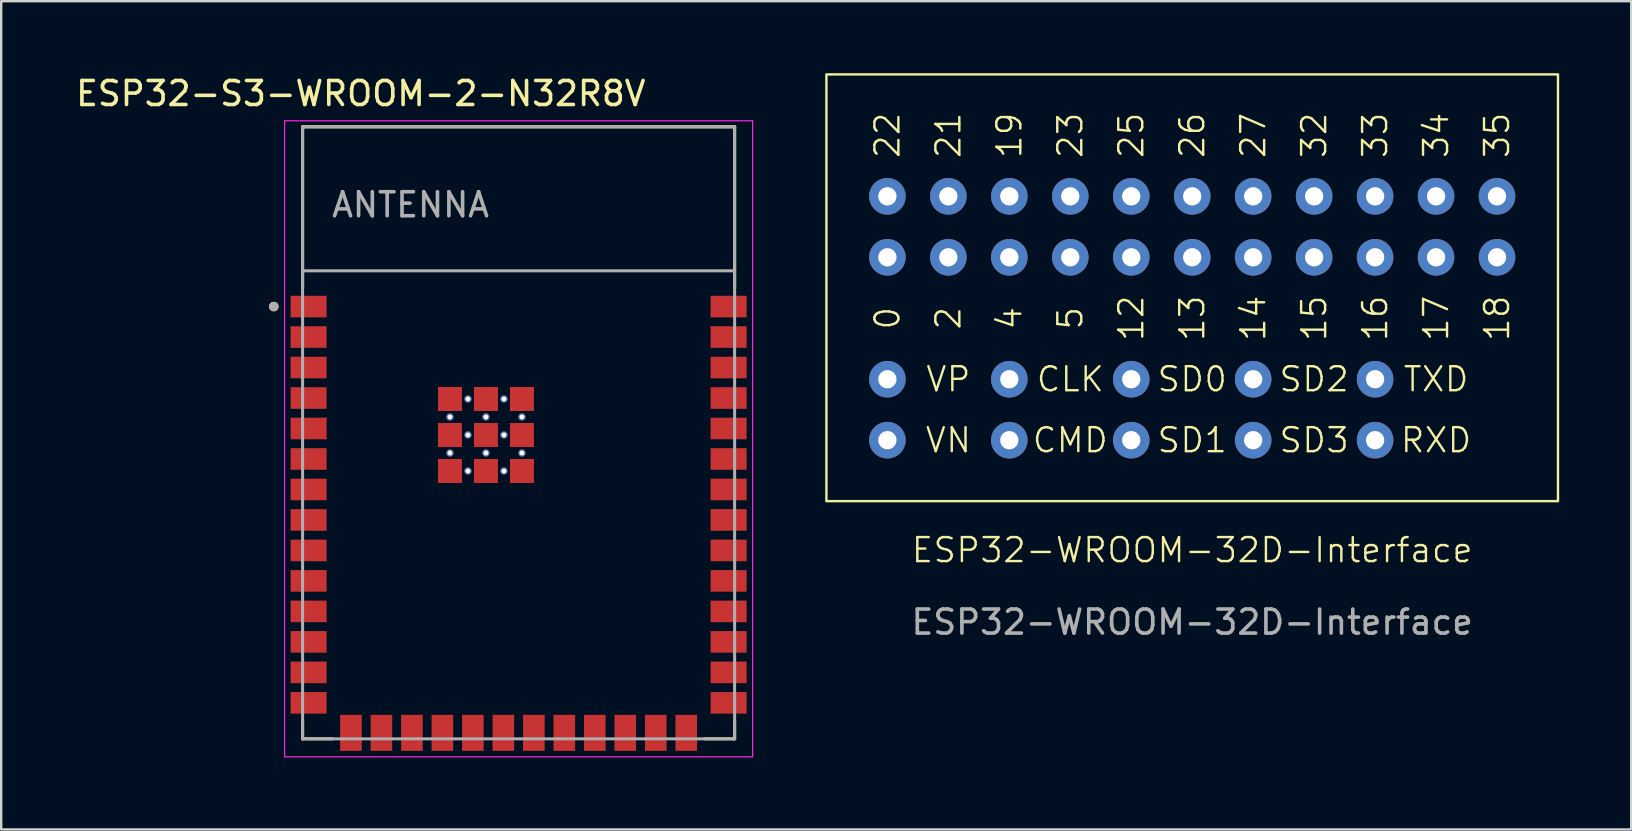
<source format=kicad_pcb>
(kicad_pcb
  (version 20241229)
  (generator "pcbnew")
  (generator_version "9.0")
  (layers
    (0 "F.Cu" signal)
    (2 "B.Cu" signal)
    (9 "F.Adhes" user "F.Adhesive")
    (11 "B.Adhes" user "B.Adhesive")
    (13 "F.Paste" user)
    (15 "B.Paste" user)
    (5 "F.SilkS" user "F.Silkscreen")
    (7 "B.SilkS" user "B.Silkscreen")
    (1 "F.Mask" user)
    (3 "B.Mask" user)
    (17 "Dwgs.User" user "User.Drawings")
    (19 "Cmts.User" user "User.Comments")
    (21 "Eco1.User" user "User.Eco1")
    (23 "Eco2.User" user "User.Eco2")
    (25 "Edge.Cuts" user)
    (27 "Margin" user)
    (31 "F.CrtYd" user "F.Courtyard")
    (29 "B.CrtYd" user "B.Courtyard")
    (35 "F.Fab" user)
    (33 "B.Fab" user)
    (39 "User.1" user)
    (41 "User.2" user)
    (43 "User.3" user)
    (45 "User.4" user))
  (footprint "ESP32-WROOM-32D-Interface"
    (layer "F.Cu")
    (at 46.622 20.37)
    (property "Reference" "ESP32-WROOM-32D-Interface" (at 0 -0.5 0) (unlocked yes) (layer "F.SilkS") (effects (font (size 1 1) (thickness 0.1))))
    (attr through_hole)
    (fp_rect (start -15.24 -20.32) (end 15.24 -2.54) (stroke (width 0.1) (type default)) (fill no) (layer "F.SilkS"))
    (fp_text user "SD0" (at 0 -7.62 0) (unlocked yes) (layer "F.SilkS") (effects (font (size 1 1) (thickness 0.1))))
    (fp_text user "23" (at -5.08 -17.78 90) (unlocked yes) (layer "F.SilkS") (effects (font (size 1 1) (thickness 0.1))))
    (fp_text user "17" (at 10.16 -10.16 90) (unlocked yes) (layer "F.SilkS") (effects (font (size 1 1) (thickness 0.1))))
    (fp_text user "16" (at 7.62 -10.16 90) (unlocked yes) (layer "F.SilkS") (effects (font (size 1 1) (thickness 0.1))))
    (fp_text user "SD1" (at 0 -5.08 0) (unlocked yes) (layer "F.SilkS") (effects (font (size 1 1) (thickness 0.1))))
    (fp_text user "14" (at 2.54 -10.16 90) (unlocked yes) (layer "F.SilkS") (effects (font (size 1 1) (thickness 0.1))))
    (fp_text user "12" (at -2.54 -10.16 90) (unlocked yes) (layer "F.SilkS") (effects (font (size 1 1) (thickness 0.1))))
    (fp_text user "SD2" (at 5.08 -7.62 0) (unlocked yes) (layer "F.SilkS") (effects (font (size 1 1) (thickness 0.1))))
    (fp_text user "VP" (at -10.16 -7.62 0) (unlocked yes) (layer "F.SilkS") (effects (font (size 1 1) (thickness 0.1))))
    (fp_text user "CLK" (at -5.08 -7.62 0) (unlocked yes) (layer "F.SilkS") (effects (font (size 1 1) (thickness 0.1))))
    (fp_text user "5" (at -5.08 -10.16 90) (unlocked yes) (layer "F.SilkS") (effects (font (size 1 1) (thickness 0.1))))
    (fp_text user "2" (at -10.16 -10.16 90) (unlocked yes) (layer "F.SilkS") (effects (font (size 1 1) (thickness 0.1))))
    (fp_text user "4" (at -7.62 -10.16 90) (unlocked yes) (layer "F.SilkS") (effects (font (size 1 1) (thickness 0.1))))
    (fp_text user "35" (at 12.7 -17.78 90) (unlocked yes) (layer "F.SilkS") (effects (font (size 1 1) (thickness 0.1))))
    (fp_text user "0" (at -12.7 -10.16 90) (unlocked yes) (layer "F.SilkS") (effects (font (size 1 1) (thickness 0.1))))
    (fp_text user "27" (at 2.54 -17.78 90) (unlocked yes) (layer "F.SilkS") (effects (font (size 1 1) (thickness 0.1))))
    (fp_text user "19" (at -7.62 -17.78 90) (unlocked yes) (layer "F.SilkS") (effects (font (size 1 1) (thickness 0.1))))
    (fp_text user "32" (at 5.08 -17.78 90) (unlocked yes) (layer "F.SilkS") (effects (font (size 1 1) (thickness 0.1))))
    (fp_text user "13" (at 0 -10.16 90) (unlocked yes) (layer "F.SilkS") (effects (font (size 1 1) (thickness 0.1))))
    (fp_text user "22" (at -12.7 -17.78 90) (unlocked yes) (layer "F.SilkS") (effects (font (size 1 1) (thickness 0.1))))
    (fp_text user "21" (at -10.16 -17.78 90) (unlocked yes) (layer "F.SilkS") (effects (font (size 1 1) (thickness 0.1))))
    (fp_text user "25" (at -2.54 -17.78 90) (unlocked yes) (layer "F.SilkS") (effects (font (size 1 1) (thickness 0.1))))
    (fp_text user "SD3" (at 5.08 -5.08 0) (unlocked yes) (layer "F.SilkS") (effects (font (size 1 1) (thickness 0.1))))
    (fp_text user "34" (at 10.16 -17.78 90) (unlocked yes) (layer "F.SilkS") (effects (font (size 1 1) (thickness 0.1))))
    (fp_text user "18" (at 12.7 -10.16 90) (unlocked yes) (layer "F.SilkS") (effects (font (size 1 1) (thickness 0.1))))
    (fp_text user "33" (at 7.62 -17.78 90) (unlocked yes) (layer "F.SilkS") (effects (font (size 1 1) (thickness 0.1))))
    (fp_text user "TXD" (at 10.16 -7.62 0) (unlocked yes) (layer "F.SilkS") (effects (font (size 1 1) (thickness 0.1))))
    (fp_text user "RXD" (at 10.16 -5.08 0) (unlocked yes) (layer "F.SilkS") (effects (font (size 1 1) (thickness 0.1))))
    (fp_text user "15" (at 5.08 -10.16 90) (unlocked yes) (layer "F.SilkS") (effects (font (size 1 1) (thickness 0.1))))
    (fp_text user "VN" (at -10.16 -5.08 0) (unlocked yes) (layer "F.SilkS") (effects (font (size 1 1) (thickness 0.1))))
    (fp_text user "CMD" (at -5.08 -5.08 0) (unlocked yes) (layer "F.SilkS") (effects (font (size 1 1) (thickness 0.1))))
    (fp_text user "26" (at 0 -17.78 90) (unlocked yes) (layer "F.SilkS") (effects (font (size 1 1) (thickness 0.1))))
    (fp_text user "${REFERENCE}" (at 0 2.5 0) (unlocked yes) (layer "F.Fab") (effects (font (size 1 1) (thickness 0.15))))
    (pad "4" thru_hole circle (at -12.7 -7.62) (size 1.524 1.524) (drill 0.762) (layers "*.Cu" "*.Mask"))
    (pad "5" thru_hole circle (at -12.7 -5.08) (size 1.524 1.524) (drill 0.762) (layers "*.Cu" "*.Mask"))
    (pad "6" thru_hole circle (at 10.16 -15.24) (size 1.524 1.524) (drill 0.762) (layers "*.Cu" "*.Mask"))
    (pad "7" thru_hole circle (at 12.7 -15.24) (size 1.524 1.524) (drill 0.762) (layers "*.Cu" "*.Mask"))
    (pad "8" thru_hole circle (at 5.08 -15.24) (size 1.524 1.524) (drill 0.762) (layers "*.Cu" "*.Mask"))
    (pad "9" thru_hole circle (at 7.62 -15.24) (size 1.524 1.524) (drill 0.762) (layers "*.Cu" "*.Mask"))
    (pad "10" thru_hole circle (at -2.54 -15.24) (size 1.524 1.524) (drill 0.762) (layers "*.Cu" "*.Mask"))
    (pad "11" thru_hole circle (at 0 -15.24) (size 1.524 1.524) (drill 0.762) (layers "*.Cu" "*.Mask"))
    (pad "12" thru_hole circle (at 2.54 -15.24) (size 1.524 1.524) (drill 0.762) (layers "*.Cu" "*.Mask"))
    (pad "13" thru_hole circle (at 2.54 -12.7) (size 1.524 1.524) (drill 0.762) (layers "*.Cu" "*.Mask"))
    (pad "14" thru_hole circle (at -2.54 -12.7) (size 1.524 1.524) (drill 0.762) (layers "*.Cu" "*.Mask"))
    (pad "16" thru_hole circle (at 0 -12.7) (size 1.524 1.524) (drill 0.762) (layers "*.Cu" "*.Mask"))
    (pad "17" thru_hole circle (at 2.54 -7.62) (size 1.524 1.524) (drill 0.762) (layers "*.Cu" "*.Mask"))
    (pad "18" thru_hole circle (at 2.54 -5.08) (size 1.524 1.524) (drill 0.762) (layers "*.Cu" "*.Mask"))
    (pad "19" thru_hole circle (at -7.62 -5.08) (size 1.524 1.524) (drill 0.762) (layers "*.Cu" "*.Mask"))
    (pad "20" thru_hole circle (at -7.62 -7.62) (size 1.524 1.524) (drill 0.762) (layers "*.Cu" "*.Mask"))
    (pad "21" thru_hole circle (at -2.54 -7.62) (size 1.524 1.524) (drill 0.762) (layers "*.Cu" "*.Mask"))
    (pad "22" thru_hole circle (at -2.54 -5.08) (size 1.524 1.524) (drill 0.762) (layers "*.Cu" "*.Mask"))
    (pad "23" thru_hole circle (at 5.08 -12.7) (size 1.524 1.524) (drill 0.762) (layers "*.Cu" "*.Mask"))
    (pad "24" thru_hole circle (at -10.16 -12.7) (size 1.524 1.524) (drill 0.762) (layers "*.Cu" "*.Mask"))
    (pad "25" thru_hole circle (at -12.7 -12.7) (size 1.524 1.524) (drill 0.762) (layers "*.Cu" "*.Mask"))
    (pad "26" thru_hole circle (at -7.62 -12.7) (size 1.524 1.524) (drill 0.762) (layers "*.Cu" "*.Mask"))
    (pad "27" thru_hole circle (at 7.62 -12.7) (size 1.524 1.524) (drill 0.762) (layers "*.Cu" "*.Mask"))
    (pad "28" thru_hole circle (at 10.16 -12.7) (size 1.524 1.524) (drill 0.762) (layers "*.Cu" "*.Mask"))
    (pad "29" thru_hole circle (at -5.08 -12.7) (size 1.524 1.524) (drill 0.762) (layers "*.Cu" "*.Mask"))
    (pad "30" thru_hole circle (at 12.7 -12.7) (size 1.524 1.524) (drill 0.762) (layers "*.Cu" "*.Mask"))
    (pad "31" thru_hole circle (at -7.62 -15.24) (size 1.524 1.524) (drill 0.762) (layers "*.Cu" "*.Mask"))
    (pad "33" thru_hole circle (at -10.16 -15.24) (size 1.524 1.524) (drill 0.762) (layers "*.Cu" "*.Mask"))
    (pad "34" thru_hole circle (at 7.62 -5.08) (size 1.524 1.524) (drill 0.762) (layers "*.Cu" "*.Mask"))
    (pad "35" thru_hole circle (at 7.62 -7.62) (size 1.524 1.524) (drill 0.762) (layers "*.Cu" "*.Mask"))
    (pad "36" thru_hole circle (at -12.7 -15.24) (size 1.524 1.524) (drill 0.762) (layers "*.Cu" "*.Mask"))
    (pad "37" thru_hole circle (at -5.08 -15.24) (size 1.524 1.524) (drill 0.762) (layers "*.Cu" "*.Mask")))
  (footprint "ESP32-S3-WROOM-2-N32R8V"
    (layer "F.Cu")
    (at 18.557 14.983)
    (property "Reference" "ESP32-S3-WROOM-2-N32R8V" (at -6.575 -14.135 0) (layer "F.SilkS") (effects (font (size 1 1) (thickness 0.15))))
    (attr smd)
    (fp_line (start -9 -12.75) (end 9 -12.75) (stroke (width 0.127) (type solid)) (layer "F.SilkS"))
    (fp_line (start -9 -6.03) (end -9 -12.75) (stroke (width 0.127) (type solid)) (layer "F.SilkS"))
    (fp_line (start -9 12.02) (end -9 12.75) (stroke (width 0.127) (type solid)) (layer "F.SilkS"))
    (fp_line (start -9 12.75) (end -7.755 12.75) (stroke (width 0.127) (type solid)) (layer "F.SilkS"))
    (fp_line (start 9 -12.75) (end 9 -6.03) (stroke (width 0.127) (type solid)) (layer "F.SilkS"))
    (fp_line (start 9 12.02) (end 9 12.75) (stroke (width 0.127) (type solid)) (layer "F.SilkS"))
    (fp_line (start 9 12.75) (end 7.755 12.75) (stroke (width 0.127) (type solid)) (layer "F.SilkS"))
    (fp_circle (center -10.2 -5.26) (end -10.1 -5.26) (stroke (width 0.2) (type solid)) (fill no) (layer "F.SilkS"))
    (fp_line (start -9.75 -13) (end 9.75 -13) (stroke (width 0.05) (type solid)) (layer "F.CrtYd"))
    (fp_line (start -9.75 13.5) (end -9.75 -13) (stroke (width 0.05) (type solid)) (layer "F.CrtYd"))
    (fp_line (start -9.75 13.5) (end 9.75 13.5) (stroke (width 0.05) (type solid)) (layer "F.CrtYd"))
    (fp_line (start 9.75 -13) (end 9.75 13.5) (stroke (width 0.05) (type solid)) (layer "F.CrtYd"))
    (fp_line (start -9 -12.75) (end 9 -12.75) (stroke (width 0.127) (type solid)) (layer "F.Fab"))
    (fp_line (start -9 -6.75) (end -9 -12.75) (stroke (width 0.127) (type solid)) (layer "F.Fab"))
    (fp_line (start -9 -6.75) (end 9 -6.75) (stroke (width 0.127) (type solid)) (layer "F.Fab"))
    (fp_line (start -9 12.75) (end -9 -6.75) (stroke (width 0.127) (type solid)) (layer "F.Fab"))
    (fp_line (start 9 -12.75) (end 9 -6.75) (stroke (width 0.127) (type solid)) (layer "F.Fab"))
    (fp_line (start 9 -6.75) (end 9 12.75) (stroke (width 0.127) (type solid)) (layer "F.Fab"))
    (fp_line (start 9 12.75) (end -9 12.75) (stroke (width 0.127) (type solid)) (layer "F.Fab"))
    (fp_circle (center -10.2 -5.26) (end -10.1 -5.26) (stroke (width 0.2) (type solid)) (fill no) (layer "F.Fab"))
    (fp_text user "ANTENNA" (at -4.5 -9.5 0) (layer "F.Fab") (effects (font (size 1 1) (thickness 0.15))))
    (pad "1" smd rect (at -8.75 -5.26) (size 1.5 0.9) (layers "F.Cu" "F.Mask" "F.Paste"))
    (pad "2" smd rect (at -8.75 -3.99) (size 1.5 0.9) (layers "F.Cu" "F.Mask" "F.Paste"))
    (pad "3" smd rect (at -8.75 -2.72) (size 1.5 0.9) (layers "F.Cu" "F.Mask" "F.Paste"))
    (pad "4" smd rect (at -8.75 -1.45) (size 1.5 0.9) (layers "F.Cu" "F.Mask" "F.Paste"))
    (pad "5" smd rect (at -8.75 -0.18) (size 1.5 0.9) (layers "F.Cu" "F.Mask" "F.Paste"))
    (pad "6" smd rect (at -8.75 1.09) (size 1.5 0.9) (layers "F.Cu" "F.Mask" "F.Paste"))
    (pad "7" smd rect (at -8.75 2.36) (size 1.5 0.9) (layers "F.Cu" "F.Mask" "F.Paste"))
    (pad "8" smd rect (at -8.75 3.63) (size 1.5 0.9) (layers "F.Cu" "F.Mask" "F.Paste"))
    (pad "9" smd rect (at -8.75 4.9) (size 1.5 0.9) (layers "F.Cu" "F.Mask" "F.Paste"))
    (pad "10" smd rect (at -8.75 6.17) (size 1.5 0.9) (layers "F.Cu" "F.Mask" "F.Paste"))
    (pad "11" smd rect (at -8.75 7.44) (size 1.5 0.9) (layers "F.Cu" "F.Mask" "F.Paste"))
    (pad "12" smd rect (at -8.75 8.71) (size 1.5 0.9) (layers "F.Cu" "F.Mask" "F.Paste"))
    (pad "13" smd rect (at -8.75 9.98) (size 1.5 0.9) (layers "F.Cu" "F.Mask" "F.Paste"))
    (pad "14" smd rect (at -8.75 11.25) (size 1.5 0.9) (layers "F.Cu" "F.Mask" "F.Paste"))
    (pad "15" smd rect (at -6.985 12.5) (size 0.9 1.5) (layers "F.Cu" "F.Mask" "F.Paste"))
    (pad "16" smd rect (at -5.715 12.5) (size 0.9 1.5) (layers "F.Cu" "F.Mask" "F.Paste"))
    (pad "17" smd rect (at -4.445 12.5) (size 0.9 1.5) (layers "F.Cu" "F.Mask" "F.Paste"))
    (pad "18" smd rect (at -3.175 12.5) (size 0.9 1.5) (layers "F.Cu" "F.Mask" "F.Paste"))
    (pad "19" smd rect (at -1.905 12.5) (size 0.9 1.5) (layers "F.Cu" "F.Mask" "F.Paste"))
    (pad "20" smd rect (at -0.635 12.5) (size 0.9 1.5) (layers "F.Cu" "F.Mask" "F.Paste"))
    (pad "21" smd rect (at 0.635 12.5) (size 0.9 1.5) (layers "F.Cu" "F.Mask" "F.Paste"))
    (pad "22" smd rect (at 1.905 12.5) (size 0.9 1.5) (layers "F.Cu" "F.Mask" "F.Paste"))
    (pad "23" smd rect (at 3.175 12.5) (size 0.9 1.5) (layers "F.Cu" "F.Mask" "F.Paste"))
    (pad "24" smd rect (at 4.445 12.5) (size 0.9 1.5) (layers "F.Cu" "F.Mask" "F.Paste"))
    (pad "25" smd rect (at 5.715 12.5) (size 0.9 1.5) (layers "F.Cu" "F.Mask" "F.Paste"))
    (pad "26" smd rect (at 6.985 12.5) (size 0.9 1.5) (layers "F.Cu" "F.Mask" "F.Paste"))
    (pad "27" smd rect (at 8.75 11.25) (size 1.5 0.9) (layers "F.Cu" "F.Mask" "F.Paste"))
    (pad "28" smd rect (at 8.75 9.98) (size 1.5 0.9) (layers "F.Cu" "F.Mask" "F.Paste"))
    (pad "29" smd rect (at 8.75 8.71) (size 1.5 0.9) (layers "F.Cu" "F.Mask" "F.Paste"))
    (pad "30" smd rect (at 8.75 7.44) (size 1.5 0.9) (layers "F.Cu" "F.Mask" "F.Paste"))
    (pad "31" smd rect (at 8.75 6.17) (size 1.5 0.9) (layers "F.Cu" "F.Mask" "F.Paste"))
    (pad "32" smd rect (at 8.75 4.9) (size 1.5 0.9) (layers "F.Cu" "F.Mask" "F.Paste"))
    (pad "33" smd rect (at 8.75 3.63) (size 1.5 0.9) (layers "F.Cu" "F.Mask" "F.Paste"))
    (pad "34" smd rect (at 8.75 2.36) (size 1.5 0.9) (layers "F.Cu" "F.Mask" "F.Paste"))
    (pad "35" smd rect (at 8.75 1.09) (size 1.5 0.9) (layers "F.Cu" "F.Mask" "F.Paste"))
    (pad "36" smd rect (at 8.75 -0.18) (size 1.5 0.9) (layers "F.Cu" "F.Mask" "F.Paste"))
    (pad "37" smd rect (at 8.75 -1.45) (size 1.5 0.9) (layers "F.Cu" "F.Mask" "F.Paste"))
    (pad "38" smd rect (at 8.75 -2.72) (size 1.5 0.9) (layers "F.Cu" "F.Mask" "F.Paste"))
    (pad "39" smd rect (at 8.75 -3.99) (size 1.5 0.9) (layers "F.Cu" "F.Mask" "F.Paste"))
    (pad "40" smd rect (at 8.75 -5.26) (size 1.5 0.9) (layers "F.Cu" "F.Mask" "F.Paste"))
    (pad "41_1" smd rect (at -1.36 0.09) (size 1 1) (layers "F.Cu" "F.Mask" "F.Paste"))
    (pad "41_2" smd rect (at -2.86 0.09) (size 1 1) (layers "F.Cu" "F.Mask" "F.Paste"))
    (pad "41_3" smd rect (at 0.14 0.09) (size 1 1) (layers "F.Cu" "F.Mask" "F.Paste"))
    (pad "41_4" smd rect (at -2.86 1.59) (size 1 1) (layers "F.Cu" "F.Mask" "F.Paste"))
    (pad "41_5" smd rect (at -1.36 1.59) (size 1 1) (layers "F.Cu" "F.Mask" "F.Paste"))
    (pad "41_6" smd rect (at 0.14 1.59) (size 1 1) (layers "F.Cu" "F.Mask" "F.Paste"))
    (pad "41_7" smd rect (at -2.86 -1.41) (size 1 1) (layers "F.Cu" "F.Mask" "F.Paste"))
    (pad "41_8" smd rect (at -1.36 -1.41) (size 1 1) (layers "F.Cu" "F.Mask" "F.Paste"))
    (pad "41_9" smd rect (at 0.14 -1.41) (size 1 1) (layers "F.Cu" "F.Mask" "F.Paste"))
    (pad "41_10" thru_hole circle (at -1.36 -0.66) (size 0.3 0.3) (drill 0.2) (layers "*.Cu"))
    (pad "41_11" thru_hole circle (at -2.86 -0.66) (size 0.3 0.3) (drill 0.2) (layers "*.Cu"))
    (pad "41_12" thru_hole circle (at 0.14 -0.66) (size 0.3 0.3) (drill 0.2) (layers "*.Cu"))
    (pad "41_13" thru_hole circle (at -2.86 0.84) (size 0.3 0.3) (drill 0.2) (layers "*.Cu"))
    (pad "41_14" thru_hole circle (at -1.36 0.84) (size 0.3 0.3) (drill 0.2) (layers "*.Cu"))
    (pad "41_15" thru_hole circle (at 0.14 0.84) (size 0.3 0.3) (drill 0.2) (layers "*.Cu"))
    (pad "41_16" thru_hole circle (at -2.11 -1.41) (size 0.3 0.3) (drill 0.2) (layers "*.Cu"))
    (pad "41_17" thru_hole circle (at -0.61 -1.41) (size 0.3 0.3) (drill 0.2) (layers "*.Cu"))
    (pad "41_18" thru_hole circle (at -2.11 0.09) (size 0.3 0.3) (drill 0.2) (layers "*.Cu"))
    (pad "41_19" thru_hole circle (at -0.61 0.09) (size 0.3 0.3) (drill 0.2) (layers "*.Cu"))
    (pad "41_20" thru_hole circle (at -2.11 1.59) (size 0.3 0.3) (drill 0.2) (layers "*.Cu"))
    (pad "41_21" thru_hole circle (at -0.61 1.59) (size 0.3 0.3) (drill 0.2) (layers "*.Cu"))
    (zone (net_name "") (layer "F.Cu") (hatch full 0.508) (connect_pads) (min_thickness 0.01) (filled_areas_thickness no) (keepout (tracks not_allowed) (vias not_allowed) (pads not_allowed) (copperpour not_allowed) (footprints allowed)) (placement (enabled no)) (fill) (polygon (pts (xy 9.557 2.233) (xy 27.557 2.233) (xy 27.557 8.233) (xy 9.557 8.233))))
    (zone (net_name "") (layers "F.Cu" "B.Cu") (hatch full 0.508) (connect_pads) (min_thickness 0.01) (filled_areas_thickness no) (keepout (tracks allowed) (vias not_allowed) (pads allowed) (copperpour allowed) (footprints allowed)) (placement (enabled no)) (fill) (polygon (pts (xy 9.557 2.233) (xy 27.557 2.233) (xy 27.557 8.233) (xy 9.557 8.233))))
    (zone (net_name "") (layer "B.Cu") (hatch full 0.508) (connect_pads) (min_thickness 0.01) (filled_areas_thickness no) (keepout (tracks not_allowed) (vias not_allowed) (pads not_allowed) (copperpour not_allowed) (footprints allowed)) (placement (enabled no)) (fill) (polygon (pts (xy 9.557 2.233) (xy 27.557 2.233) (xy 27.557 8.233) (xy 9.557 8.233)))))
  (gr_rect
    (start -3 -3)
    (end 64.912 31.508)
    (stroke (width 0.1) (type default))
    (fill no)
    (layer "Edge.Cuts")))
</source>
